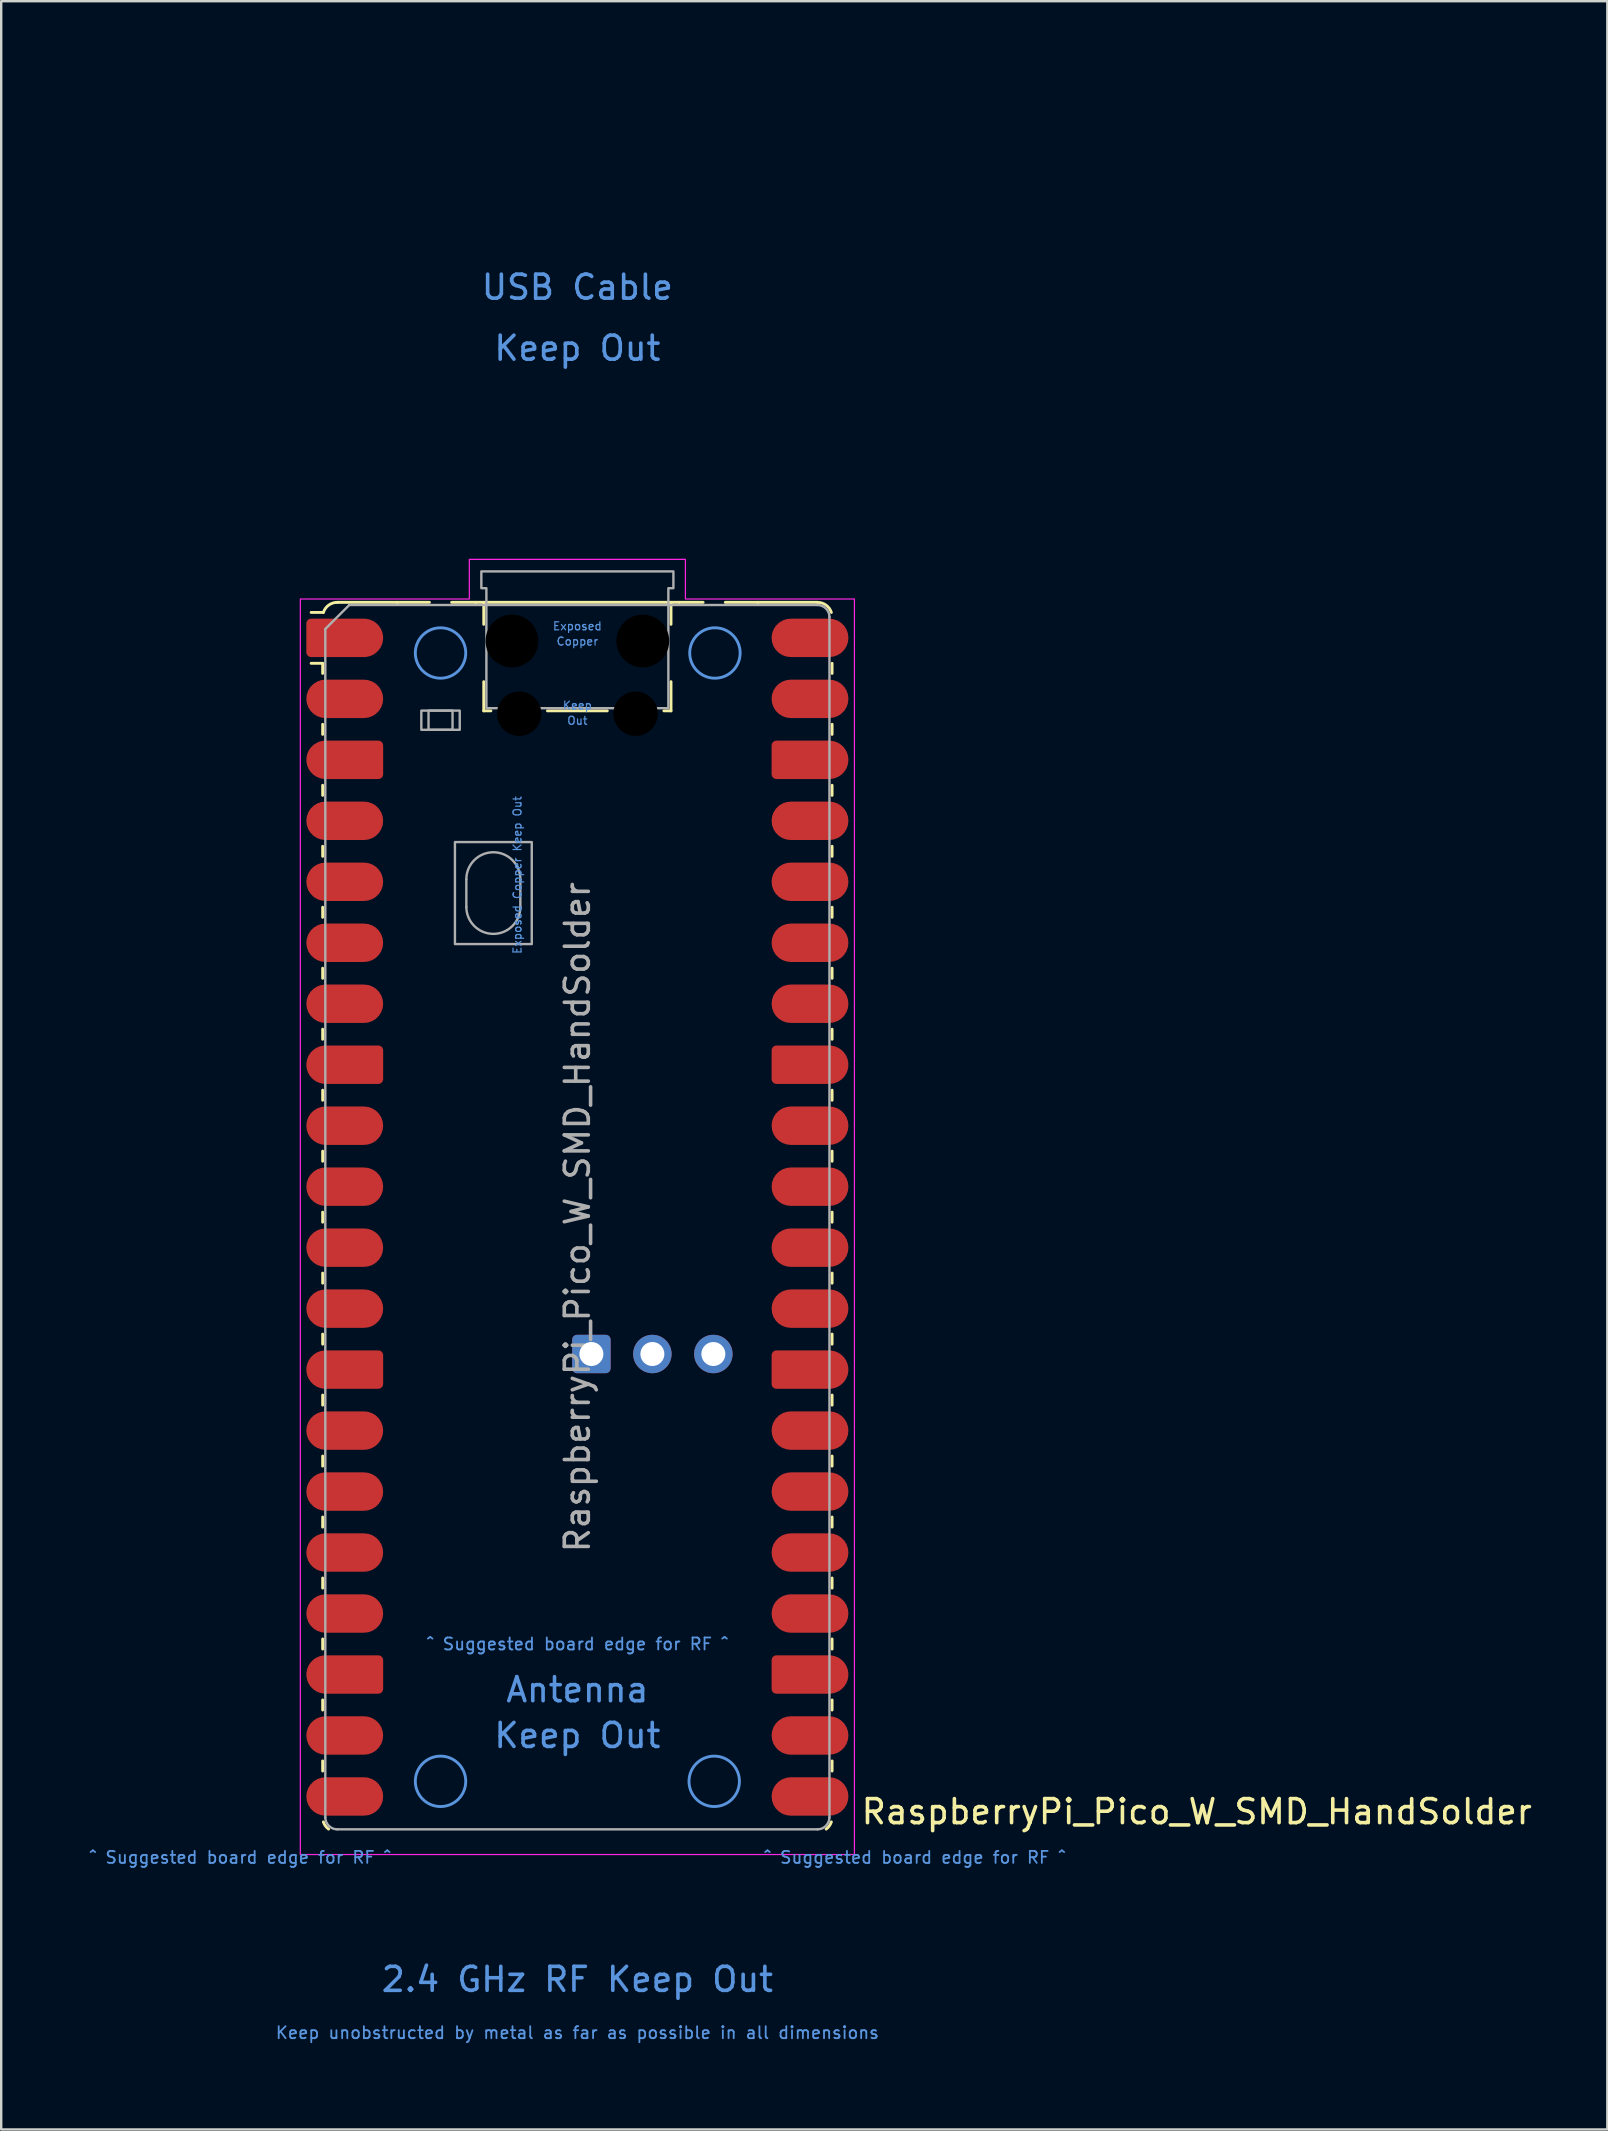
<source format=kicad_pcb>
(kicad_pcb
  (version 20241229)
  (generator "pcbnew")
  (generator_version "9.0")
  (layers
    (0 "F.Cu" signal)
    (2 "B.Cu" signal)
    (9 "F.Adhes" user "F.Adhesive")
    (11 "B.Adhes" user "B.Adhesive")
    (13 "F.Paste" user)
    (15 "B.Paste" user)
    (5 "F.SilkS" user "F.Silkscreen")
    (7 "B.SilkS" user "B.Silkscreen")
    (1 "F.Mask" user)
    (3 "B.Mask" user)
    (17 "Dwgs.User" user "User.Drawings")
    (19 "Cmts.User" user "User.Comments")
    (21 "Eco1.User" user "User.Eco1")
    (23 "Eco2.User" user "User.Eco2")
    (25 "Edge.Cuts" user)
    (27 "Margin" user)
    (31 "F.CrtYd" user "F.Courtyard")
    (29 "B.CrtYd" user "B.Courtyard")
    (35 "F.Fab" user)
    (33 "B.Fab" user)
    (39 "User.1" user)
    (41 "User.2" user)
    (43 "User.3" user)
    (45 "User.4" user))
  (footprint "RaspberryPi_Pico_W_SMD_HandSolder"
    (layer "F.Cu")
    (at 21 47.65)
    (property "Reference" "RaspberryPi_Pico_W_SMD_HandSolder" (at 11.748 24.765 0) (unlocked yes) (layer "F.SilkS") (effects (font (size 1 1) (thickness 0.15)) (justify left)))
    (attr smd)
    (fp_line (start -10.61 -23.07) (end -11.09 -23.07) (stroke (width 0.12) (type solid)) (layer "F.SilkS"))
    (fp_line (start -10.61 -23.07) (end -10.61 -22.65) (stroke (width 0.12) (type solid)) (layer "F.SilkS"))
    (fp_line (start -10.61 -20.53) (end -10.61 -20.11) (stroke (width 0.12) (type solid)) (layer "F.SilkS"))
    (fp_line (start -10.61 -17.99) (end -10.61 -17.57) (stroke (width 0.12) (type solid)) (layer "F.SilkS"))
    (fp_line (start -10.61 -15.45) (end -10.61 -15.03) (stroke (width 0.12) (type solid)) (layer "F.SilkS"))
    (fp_line (start -10.61 -12.91) (end -10.61 -12.49) (stroke (width 0.12) (type solid)) (layer "F.SilkS"))
    (fp_line (start -10.61 -10.37) (end -10.61 -9.95) (stroke (width 0.12) (type solid)) (layer "F.SilkS"))
    (fp_line (start -10.61 -7.83) (end -10.61 -7.41) (stroke (width 0.12) (type solid)) (layer "F.SilkS"))
    (fp_line (start -10.61 -5.29) (end -10.61 -4.87) (stroke (width 0.12) (type solid)) (layer "F.SilkS"))
    (fp_line (start -10.61 -2.75) (end -10.61 -2.33) (stroke (width 0.12) (type solid)) (layer "F.SilkS"))
    (fp_line (start -10.61 -0.21) (end -10.61 0.21) (stroke (width 0.12) (type solid)) (layer "F.SilkS"))
    (fp_line (start -10.61 2.33) (end -10.61 2.75) (stroke (width 0.12) (type solid)) (layer "F.SilkS"))
    (fp_line (start -10.61 4.87) (end -10.61 5.29) (stroke (width 0.12) (type solid)) (layer "F.SilkS"))
    (fp_line (start -10.61 7.41) (end -10.61 7.83) (stroke (width 0.12) (type solid)) (layer "F.SilkS"))
    (fp_line (start -10.61 9.95) (end -10.61 10.37) (stroke (width 0.12) (type solid)) (layer "F.SilkS"))
    (fp_line (start -10.61 12.49) (end -10.61 12.91) (stroke (width 0.12) (type solid)) (layer "F.SilkS"))
    (fp_line (start -10.61 15.03) (end -10.61 15.45) (stroke (width 0.12) (type solid)) (layer "F.SilkS"))
    (fp_line (start -10.61 17.57) (end -10.61 17.99) (stroke (width 0.12) (type solid)) (layer "F.SilkS"))
    (fp_line (start -10.61 20.11) (end -10.61 20.53) (stroke (width 0.12) (type solid)) (layer "F.SilkS"))
    (fp_line (start -10.61 22.65) (end -10.61 23.07) (stroke (width 0.12) (type solid)) (layer "F.SilkS"))
    (fp_line (start -10.58 -25.19) (end -11.09 -25.19) (stroke (width 0.12) (type solid)) (layer "F.SilkS"))
    (fp_line (start -10 -25.61) (end -7.51 -25.61) (stroke (width 0.12) (type solid)) (layer "F.SilkS"))
    (fp_line (start -7.51 -25.61) (end -6.162 -25.61) (stroke (width 0.12) (type solid)) (layer "F.SilkS"))
    (fp_line (start -5.238 -25.61) (end -4.235 -25.61) (stroke (width 0.12) (type solid)) (layer "F.SilkS"))
    (fp_line (start -4.235 -25.61) (end 4.235 -25.61) (stroke (width 0.12) (type solid)) (layer "F.SilkS"))
    (fp_line (start -3.9 -25.61) (end -3.9 -24.694) (stroke (width 0.12) (type solid)) (layer "F.SilkS"))
    (fp_line (start -3.9 -22.306) (end -3.9 -21.09) (stroke (width 0.12) (type solid)) (layer "F.SilkS"))
    (fp_line (start -3.9 -21.09) (end -3.604 -21.09) (stroke (width 0.12) (type solid)) (layer "F.SilkS"))
    (fp_line (start -1.246 -21.09) (end 1.246 -21.09) (stroke (width 0.12) (type solid)) (layer "F.SilkS"))
    (fp_line (start 3.604 -21.09) (end 3.9 -21.09) (stroke (width 0.12) (type solid)) (layer "F.SilkS"))
    (fp_line (start 3.9 -25.61) (end 3.9 -24.694) (stroke (width 0.12) (type solid)) (layer "F.SilkS"))
    (fp_line (start 3.9 -22.306) (end 3.9 -21.09) (stroke (width 0.12) (type solid)) (layer "F.SilkS"))
    (fp_line (start 4.235 -25.61) (end 5.238 -25.61) (stroke (width 0.12) (type solid)) (layer "F.SilkS"))
    (fp_line (start 6.162 -25.61) (end 7.51 -25.61) (stroke (width 0.12) (type solid)) (layer "F.SilkS"))
    (fp_line (start 10 -25.61) (end 7.51 -25.61) (stroke (width 0.12) (type solid)) (layer "F.SilkS"))
    (fp_line (start 10.61 -23.07) (end 10.61 -22.65) (stroke (width 0.12) (type solid)) (layer "F.SilkS"))
    (fp_line (start 10.61 -20.53) (end 10.61 -20.11) (stroke (width 0.12) (type solid)) (layer "F.SilkS"))
    (fp_line (start 10.61 -17.99) (end 10.61 -17.57) (stroke (width 0.12) (type solid)) (layer "F.SilkS"))
    (fp_line (start 10.61 -15.45) (end 10.61 -15.03) (stroke (width 0.12) (type solid)) (layer "F.SilkS"))
    (fp_line (start 10.61 -12.91) (end 10.61 -12.49) (stroke (width 0.12) (type solid)) (layer "F.SilkS"))
    (fp_line (start 10.61 -10.37) (end 10.61 -9.95) (stroke (width 0.12) (type solid)) (layer "F.SilkS"))
    (fp_line (start 10.61 -7.83) (end 10.61 -7.41) (stroke (width 0.12) (type solid)) (layer "F.SilkS"))
    (fp_line (start 10.61 -5.29) (end 10.61 -4.87) (stroke (width 0.12) (type solid)) (layer "F.SilkS"))
    (fp_line (start 10.61 -2.75) (end 10.61 -2.33) (stroke (width 0.12) (type solid)) (layer "F.SilkS"))
    (fp_line (start 10.61 -0.21) (end 10.61 0.21) (stroke (width 0.12) (type solid)) (layer "F.SilkS"))
    (fp_line (start 10.61 2.33) (end 10.61 2.75) (stroke (width 0.12) (type solid)) (layer "F.SilkS"))
    (fp_line (start 10.61 4.87) (end 10.61 5.29) (stroke (width 0.12) (type solid)) (layer "F.SilkS"))
    (fp_line (start 10.61 7.41) (end 10.61 7.83) (stroke (width 0.12) (type solid)) (layer "F.SilkS"))
    (fp_line (start 10.61 9.95) (end 10.61 10.37) (stroke (width 0.12) (type solid)) (layer "F.SilkS"))
    (fp_line (start 10.61 12.49) (end 10.61 12.91) (stroke (width 0.12) (type solid)) (layer "F.SilkS"))
    (fp_line (start 10.61 15.03) (end 10.61 15.45) (stroke (width 0.12) (type solid)) (layer "F.SilkS"))
    (fp_line (start 10.61 17.57) (end 10.61 17.99) (stroke (width 0.12) (type solid)) (layer "F.SilkS"))
    (fp_line (start 10.61 20.11) (end 10.61 20.53) (stroke (width 0.12) (type solid)) (layer "F.SilkS"))
    (fp_line (start 10.61 22.65) (end 10.61 23.07) (stroke (width 0.12) (type solid)) (layer "F.SilkS"))
    (fp_arc (start -10.579676 -25.19) (mid -10.357938 -25.493944) (end -10 -25.61) (stroke (width 0.12) (type solid)) (layer "F.SilkS"))
    (fp_arc (start -10.363318 25.49) (mid -10.494791 25.356765) (end -10.579676 25.189937) (stroke (width 0.12) (type solid)) (layer "F.SilkS"))
    (fp_arc (start 10 -25.61) (mid 10.357937 -25.493944) (end 10.579676 -25.189937) (stroke (width 0.12) (type solid)) (layer "F.SilkS"))
    (fp_arc (start 10.579676 25.189937) (mid 10.494803 25.356773) (end 10.363318 25.49) (stroke (width 0.12) (type solid)) (layer "F.SilkS"))
    (fp_circle (center -5.7 -23.5) (end -4.65 -23.5) (stroke (width 0.12) (type solid)) (fill no) (layer "Cmts.User"))
    (fp_circle (center -5.7 23.5) (end -4.65 23.5) (stroke (width 0.12) (type solid)) (fill no) (layer "Cmts.User"))
    (fp_circle (center 5.7 23.5) (end 6.75 23.5) (stroke (width 0.12) (type solid)) (fill no) (layer "Cmts.User"))
    (fp_circle (center 5.73 -23.5) (end 6.78 -23.5) (stroke (width 0.12) (type solid)) (fill no) (layer "Cmts.User"))
    (fp_poly (pts (xy -4.5 -27.4) (xy 4.5 -27.4) (xy 4.5 -25.75) (xy 11.54 -25.75) (xy 11.54 26.55) (xy -11.54 26.55) (xy -11.54 -25.75) (xy -4.5 -25.75)) (stroke (width 0.05) (type solid)) (fill no) (layer "F.CrtYd"))
    (fp_line (start -10.5 -24.5) (end -9.5 -25.5) (stroke (width 0.1) (type solid)) (layer "F.Fab"))
    (fp_line (start -10.5 25) (end -10.5 -24.5) (stroke (width 0.1) (type solid)) (layer "F.Fab"))
    (fp_line (start -9.5 -25.5) (end 10 -25.5) (stroke (width 0.1) (type solid)) (layer "F.Fab"))
    (fp_line (start -4.625 -14.075) (end -4.625 -12.925) (stroke (width 0.1) (type solid)) (layer "F.Fab"))
    (fp_line (start -2.375 -14.075) (end -2.375 -12.925) (stroke (width 0.1) (type solid)) (layer "F.Fab"))
    (fp_line (start 10 25.5) (end -10 25.5) (stroke (width 0.1) (type solid)) (layer "F.Fab"))
    (fp_line (start 10.5 -25) (end 10.5 25) (stroke (width 0.1) (type solid)) (layer "F.Fab"))
    (fp_rect (start -6.5 -21.1) (end -4.9 -20.3) (stroke (width 0.1) (type solid)) (fill no) (layer "F.Fab"))
    (fp_rect (start -6.2 -21.1) (end -5.2 -20.3) (stroke (width 0.1) (type solid)) (fill no) (layer "F.Fab"))
    (fp_rect (start -5.1 -15.625) (end -1.9 -11.375) (stroke (width 0.1) (type solid)) (fill no) (layer "F.Fab"))
    (fp_arc (start -10 25.5) (mid -10.353553 25.353553) (end -10.5 25) (stroke (width 0.1) (type solid)) (layer "F.Fab"))
    (fp_arc (start -4.625 -14.075) (mid -3.5 -15.2) (end -2.375 -14.075) (stroke (width 0.1) (type solid)) (layer "F.Fab"))
    (fp_arc (start -2.375 -12.925) (mid -3.5 -11.8) (end -4.625 -12.925) (stroke (width 0.1) (type solid)) (layer "F.Fab"))
    (fp_arc (start 10 -25.5) (mid 10.353553 -25.353553) (end 10.5 -25) (stroke (width 0.1) (type solid)) (layer "F.Fab"))
    (fp_arc (start 10.5 25) (mid 10.353553 25.353553) (end 10 25.5) (stroke (width 0.1) (type solid)) (layer "F.Fab"))
    (fp_poly (pts (xy 3.79 -21.2) (xy 3.79 -26.2) (xy 4 -26.2) (xy 4 -26.9) (xy -4 -26.9) (xy -4 -26.2) (xy -3.79 -26.2) (xy -3.79 -21.2)) (stroke (width 0.1) (type solid)) (fill no) (layer "F.Fab"))
    (fp_text user "Keep unobstructed by metal as far as possible in all dimensions" (at 0 33.972 0) (unlocked yes) (layer "Cmts.User") (effects (font (size 0.5 0.5) (thickness 0.075))))
    (fp_text user "^ Suggested board edge for RF ^" (at 14.05 26.67 0) (unlocked yes) (layer "Cmts.User") (effects (font (size 0.5 0.5) (thickness 0.075))))
    (fp_text user "Out" (at 0 -20.683 0) (unlocked yes) (layer "Cmts.User") (effects (font (size 0.333 0.333) (thickness 0.05))))
    (fp_text user "^ Suggested board edge for RF ^" (at 0 17.78 0) (unlocked yes) (layer "Cmts.User") (effects (font (size 0.5 0.5) (thickness 0.075))))
    (fp_text user "Copper" (at 0 -23.983 0) (unlocked yes) (layer "Cmts.User") (effects (font (size 0.333 0.333) (thickness 0.05))))
    (fp_text user "USB Cable" (at 0 -38.735 0) (unlocked yes) (layer "Cmts.User") (effects (font (size 1 1) (thickness 0.15))))
    (fp_text user "Keep Out" (at 0 21.59 0) (unlocked yes) (layer "Cmts.User") (effects (font (size 1 1) (thickness 0.15))))
    (fp_text user "Exposed Copper Keep Out" (at -2.5 -14.25 90) (unlocked yes) (layer "Cmts.User") (effects (font (size 0.333 0.333) (thickness 0.05))))
    (fp_text user "Antenna" (at 0 19.685 0) (unlocked yes) (layer "Cmts.User") (effects (font (size 1 1) (thickness 0.15))))
    (fp_text user "Keep" (at 0 -21.317 0) (unlocked yes) (layer "Cmts.User") (effects (font (size 0.333 0.333) (thickness 0.05))))
    (fp_text user "2.4 GHz RF Keep Out" (at 0 31.75 0) (unlocked yes) (layer "Cmts.User") (effects (font (size 1 1) (thickness 0.15))))
    (fp_text user "^ Suggested board edge for RF ^" (at -14.05 26.67 0) (unlocked yes) (layer "Cmts.User") (effects (font (size 0.5 0.5) (thickness 0.075))))
    (fp_text user "Exposed" (at 0 -24.617 0) (unlocked yes) (layer "Cmts.User") (effects (font (size 0.333 0.333) (thickness 0.05))))
    (fp_text user "Keep Out" (at 0 -36.195 0) (unlocked yes) (layer "Cmts.User") (effects (font (size 1 1) (thickness 0.15))))
    (fp_text user "${REFERENCE}" (at 0 0 90) (layer "F.Fab") (effects (font (size 1 1) (thickness 0.15))))
    (pad "" smd rect (at -8.89 -24.13) (size 3.8 2.2) (drill (offset -0.8 0)) (layers "F.Paste"))
    (pad "" smd rect (at -8.89 -21.59) (size 3.8 2.2) (drill (offset -0.8 0)) (layers "F.Paste"))
    (pad "" smd rect (at -8.89 -19.05) (size 3.8 2.2) (drill (offset -0.8 0)) (layers "F.Paste"))
    (pad "" smd rect (at -8.89 -16.51) (size 3.8 2.2) (drill (offset -0.8 0)) (layers "F.Paste"))
    (pad "" smd rect (at -8.89 -13.97) (size 3.8 2.2) (drill (offset -0.8 0)) (layers "F.Paste"))
    (pad "" smd rect (at -8.89 -11.43) (size 3.8 2.2) (drill (offset -0.8 0)) (layers "F.Paste"))
    (pad "" smd rect (at -8.89 -8.89) (size 3.8 2.2) (drill (offset -0.8 0)) (layers "F.Paste"))
    (pad "" smd rect (at -8.89 -6.35) (size 3.8 2.2) (drill (offset -0.8 0)) (layers "F.Paste"))
    (pad "" smd rect (at -8.89 -3.81) (size 3.8 2.2) (drill (offset -0.8 0)) (layers "F.Paste"))
    (pad "" smd rect (at -8.89 -1.27) (size 3.8 2.2) (drill (offset -0.8 0)) (layers "F.Paste"))
    (pad "" smd rect (at -8.89 1.27) (size 3.8 2.2) (drill (offset -0.8 0)) (layers "F.Paste"))
    (pad "" smd rect (at -8.89 3.81) (size 3.8 2.2) (drill (offset -0.8 0)) (layers "F.Paste"))
    (pad "" smd rect (at -8.89 6.35) (size 3.8 2.2) (drill (offset -0.8 0)) (layers "F.Paste"))
    (pad "" smd rect (at -8.89 8.89) (size 3.8 2.2) (drill (offset -0.8 0)) (layers "F.Paste"))
    (pad "" smd rect (at -8.89 11.43) (size 3.8 2.2) (drill (offset -0.8 0)) (layers "F.Paste"))
    (pad "" smd rect (at -8.89 13.97) (size 3.8 2.2) (drill (offset -0.8 0)) (layers "F.Paste"))
    (pad "" smd rect (at -8.89 16.51) (size 3.8 2.2) (drill (offset -0.8 0)) (layers "F.Paste"))
    (pad "" smd rect (at -8.89 19.05) (size 3.8 2.2) (drill (offset -0.8 0)) (layers "F.Paste"))
    (pad "" smd rect (at -8.89 21.59) (size 3.8 2.2) (drill (offset -0.8 0)) (layers "F.Paste"))
    (pad "" smd rect (at -8.89 24.13) (size 3.8 2.2) (drill (offset -0.8 0)) (layers "F.Paste"))
    (pad "" np_thru_hole circle (at -2.725 -24) (size 2.2 2.2) (drill 2.2) (layers "*.Mask"))
    (pad "" np_thru_hole circle (at -2.425 -20.97) (size 1.85 1.85) (drill 1.85) (layers "*.Mask"))
    (pad "" np_thru_hole circle (at 2.425 -20.97) (size 1.85 1.85) (drill 1.85) (layers "*.Mask"))
    (pad "" np_thru_hole circle (at 2.725 -24) (size 2.2 2.2) (drill 2.2) (layers "*.Mask"))
    (pad "" smd rect (at 8.89 -24.13) (size 3.8 2.2) (drill (offset 0.8 0)) (layers "F.Paste"))
    (pad "" smd rect (at 8.89 -21.59) (size 3.8 2.2) (drill (offset 0.8 0)) (layers "F.Paste"))
    (pad "" smd rect (at 8.89 -19.05) (size 3.8 2.2) (drill (offset 0.8 0)) (layers "F.Paste"))
    (pad "" smd rect (at 8.89 -16.51) (size 3.8 2.2) (drill (offset 0.8 0)) (layers "F.Paste"))
    (pad "" smd rect (at 8.89 -13.97) (size 3.8 2.2) (drill (offset 0.8 0)) (layers "F.Paste"))
    (pad "" smd rect (at 8.89 -11.43) (size 3.8 2.2) (drill (offset 0.8 0)) (layers "F.Paste"))
    (pad "" smd rect (at 8.89 -8.89) (size 3.8 2.2) (drill (offset 0.8 0)) (layers "F.Paste"))
    (pad "" smd rect (at 8.89 -6.35) (size 3.8 2.2) (drill (offset 0.8 0)) (layers "F.Paste"))
    (pad "" smd rect (at 8.89 -3.81) (size 3.8 2.2) (drill (offset 0.8 0)) (layers "F.Paste"))
    (pad "" smd rect (at 8.89 -1.27) (size 3.8 2.2) (drill (offset 0.8 0)) (layers "F.Paste"))
    (pad "" smd rect (at 8.89 1.27) (size 3.8 2.2) (drill (offset 0.8 0)) (layers "F.Paste"))
    (pad "" smd rect (at 8.89 3.81) (size 3.8 2.2) (drill (offset 0.8 0)) (layers "F.Paste"))
    (pad "" smd rect (at 8.89 6.35) (size 3.8 2.2) (drill (offset 0.8 0)) (layers "F.Paste"))
    (pad "" smd rect (at 8.89 8.89) (size 3.8 2.2) (drill (offset 0.8 0)) (layers "F.Paste"))
    (pad "" smd rect (at 8.89 11.43) (size 3.8 2.2) (drill (offset 0.8 0)) (layers "F.Paste"))
    (pad "" smd rect (at 8.89 13.97) (size 3.8 2.2) (drill (offset 0.8 0)) (layers "F.Paste"))
    (pad "" smd rect (at 8.89 16.51) (size 3.8 2.2) (drill (offset 0.8 0)) (layers "F.Paste"))
    (pad "" smd rect (at 8.89 19.05) (size 3.8 2.2) (drill (offset 0.8 0)) (layers "F.Paste"))
    (pad "" smd rect (at 8.89 21.59) (size 3.8 2.2) (drill (offset 0.8 0)) (layers "F.Paste"))
    (pad "" smd rect (at 8.89 24.13) (size 3.8 2.2) (drill (offset 0.8 0)) (layers "F.Paste"))
    (pad "1" smd custom (at -8.89 -24.13) (size 1.6 1.6) (layers "F.Cu" "F.Mask") (options (anchor circle)) (primitives (gr_poly (pts (xy -2.4 0.6) (xy -2.4 -0.6) (xy -2.2 -0.8) (xy 0 -0.8) (xy 0 0.8) (xy -2.2 0.8)) (width 0) (fill yes)) (gr_circle (center -2.2 0.6) (end -2 0.6) (width 0) (fill yes)) (gr_circle (center -2.2 -0.6) (end -2 -0.6) (width 0) (fill yes))))
    (pad "2" smd roundrect (at -8.89 -21.59) (size 3.2 1.6) (drill (offset -0.8 0)) (layers "F.Cu" "F.Mask") (roundrect_rratio 0.5))
    (pad "3" smd custom (at -8.89 -19.05) (size 1.6 1.6) (layers "F.Cu" "F.Mask") (options (anchor circle)) (primitives (gr_poly (pts (xy 0.8 -0.6) (xy 0.8 0.6) (xy 0.6 0.8) (xy -1.6 0.8) (xy -1.6 -0.8) (xy 0.6 -0.8)) (width 0) (fill yes)) (gr_circle (center 0.6 0.6) (end 0.8 0.6) (width 0) (fill yes)) (gr_circle (center 0.6 -0.6) (end 0.8 -0.6) (width 0) (fill yes)) (gr_circle (center -1.6 0) (end -0.8 0) (width 0) (fill yes))))
    (pad "4" smd roundrect (at -8.89 -16.51) (size 3.2 1.6) (drill (offset -0.8 0)) (layers "F.Cu" "F.Mask") (roundrect_rratio 0.5))
    (pad "5" smd roundrect (at -8.89 -13.97) (size 3.2 1.6) (drill (offset -0.8 0)) (layers "F.Cu" "F.Mask") (roundrect_rratio 0.5))
    (pad "6" smd roundrect (at -8.89 -11.43) (size 3.2 1.6) (drill (offset -0.8 0)) (layers "F.Cu" "F.Mask") (roundrect_rratio 0.5))
    (pad "7" smd roundrect (at -8.89 -8.89) (size 3.2 1.6) (drill (offset -0.8 0)) (layers "F.Cu" "F.Mask") (roundrect_rratio 0.5))
    (pad "8" smd custom (at -8.89 -6.35) (size 1.6 1.6) (layers "F.Cu" "F.Mask") (options (anchor circle)) (primitives (gr_poly (pts (xy 0.8 -0.6) (xy 0.8 0.6) (xy 0.6 0.8) (xy -1.6 0.8) (xy -1.6 -0.8) (xy 0.6 -0.8)) (width 0) (fill yes)) (gr_circle (center 0.6 0.6) (end 0.8 0.6) (width 0) (fill yes)) (gr_circle (center 0.6 -0.6) (end 0.8 -0.6) (width 0) (fill yes)) (gr_circle (center -1.6 0) (end -0.8 0) (width 0) (fill yes))))
    (pad "9" smd roundrect (at -8.89 -3.81) (size 3.2 1.6) (drill (offset -0.8 0)) (layers "F.Cu" "F.Mask") (roundrect_rratio 0.5))
    (pad "10" smd roundrect (at -8.89 -1.27) (size 3.2 1.6) (drill (offset -0.8 0)) (layers "F.Cu" "F.Mask") (roundrect_rratio 0.5))
    (pad "11" smd roundrect (at -8.89 1.27) (size 3.2 1.6) (drill (offset -0.8 0)) (layers "F.Cu" "F.Mask") (roundrect_rratio 0.5))
    (pad "12" smd roundrect (at -8.89 3.81) (size 3.2 1.6) (drill (offset -0.8 0)) (layers "F.Cu" "F.Mask") (roundrect_rratio 0.5))
    (pad "13" smd custom (at -8.89 6.35) (size 1.6 1.6) (layers "F.Cu" "F.Mask") (options (anchor circle)) (primitives (gr_poly (pts (xy 0.8 -0.6) (xy 0.8 0.6) (xy 0.6 0.8) (xy -1.6 0.8) (xy -1.6 -0.8) (xy 0.6 -0.8)) (width 0) (fill yes)) (gr_circle (center 0.6 0.6) (end 0.8 0.6) (width 0) (fill yes)) (gr_circle (center 0.6 -0.6) (end 0.8 -0.6) (width 0) (fill yes)) (gr_circle (center -1.6 0) (end -0.8 0) (width 0) (fill yes))))
    (pad "14" smd roundrect (at -8.89 8.89) (size 3.2 1.6) (drill (offset -0.8 0)) (layers "F.Cu" "F.Mask") (roundrect_rratio 0.5))
    (pad "15" smd roundrect (at -8.89 11.43) (size 3.2 1.6) (drill (offset -0.8 0)) (layers "F.Cu" "F.Mask") (roundrect_rratio 0.5))
    (pad "16" smd roundrect (at -8.89 13.97) (size 3.2 1.6) (drill (offset -0.8 0)) (layers "F.Cu" "F.Mask") (roundrect_rratio 0.5))
    (pad "17" smd roundrect (at -8.89 16.51) (size 3.2 1.6) (drill (offset -0.8 0)) (layers "F.Cu" "F.Mask") (roundrect_rratio 0.5))
    (pad "18" smd custom (at -8.89 19.05) (size 1.6 1.6) (layers "F.Cu" "F.Mask") (options (anchor circle)) (primitives (gr_poly (pts (xy 0.8 -0.6) (xy 0.8 0.6) (xy 0.6 0.8) (xy -1.6 0.8) (xy -1.6 -0.8) (xy 0.6 -0.8)) (width 0) (fill yes)) (gr_circle (center 0.6 0.6) (end 0.8 0.6) (width 0) (fill yes)) (gr_circle (center 0.6 -0.6) (end 0.8 -0.6) (width 0) (fill yes)) (gr_circle (center -1.6 0) (end -0.8 0) (width 0) (fill yes))))
    (pad "19" smd roundrect (at -8.89 21.59) (size 3.2 1.6) (drill (offset -0.8 0)) (layers "F.Cu" "F.Mask") (roundrect_rratio 0.5))
    (pad "20" smd roundrect (at -8.89 24.13) (size 3.2 1.6) (drill (offset -0.8 0)) (layers "F.Cu" "F.Mask") (roundrect_rratio 0.5))
    (pad "21" smd roundrect (at 8.89 24.13) (size 3.2 1.6) (drill (offset 0.8 0)) (layers "F.Cu" "F.Mask") (roundrect_rratio 0.5))
    (pad "22" smd roundrect (at 8.89 21.59) (size 3.2 1.6) (drill (offset 0.8 0)) (layers "F.Cu" "F.Mask") (roundrect_rratio 0.5))
    (pad "23" smd custom (at 8.89 19.05) (size 1.6 1.6) (layers "F.Cu" "F.Mask") (options (anchor circle)) (primitives (gr_poly (pts (xy -0.8 -0.6) (xy -0.8 0.6) (xy -0.6 0.8) (xy 1.6 0.8) (xy 1.6 -0.8) (xy -0.6 -0.8)) (width 0) (fill yes)) (gr_circle (center -0.6 0.6) (end -0.4 0.6) (width 0) (fill yes)) (gr_circle (center -0.6 -0.6) (end -0.4 -0.6) (width 0) (fill yes)) (gr_circle (center 1.6 0) (end 2.4 0) (width 0) (fill yes))))
    (pad "24" smd roundrect (at 8.89 16.51) (size 3.2 1.6) (drill (offset 0.8 0)) (layers "F.Cu" "F.Mask") (roundrect_rratio 0.5))
    (pad "25" smd roundrect (at 8.89 13.97) (size 3.2 1.6) (drill (offset 0.8 0)) (layers "F.Cu" "F.Mask") (roundrect_rratio 0.5))
    (pad "26" smd roundrect (at 8.89 11.43) (size 3.2 1.6) (drill (offset 0.8 0)) (layers "F.Cu" "F.Mask") (roundrect_rratio 0.5))
    (pad "27" smd roundrect (at 8.89 8.89) (size 3.2 1.6) (drill (offset 0.8 0)) (layers "F.Cu" "F.Mask") (roundrect_rratio 0.5))
    (pad "28" smd custom (at 8.89 6.35) (size 1.6 1.6) (layers "F.Cu" "F.Mask") (options (anchor circle)) (primitives (gr_poly (pts (xy -0.8 -0.6) (xy -0.8 0.6) (xy -0.6 0.8) (xy 1.6 0.8) (xy 1.6 -0.8) (xy -0.6 -0.8)) (width 0) (fill yes)) (gr_circle (center -0.6 0.6) (end -0.4 0.6) (width 0) (fill yes)) (gr_circle (center -0.6 -0.6) (end -0.4 -0.6) (width 0) (fill yes)) (gr_circle (center 1.6 0) (end 2.4 0) (width 0) (fill yes))))
    (pad "29" smd roundrect (at 8.89 3.81) (size 3.2 1.6) (drill (offset 0.8 0)) (layers "F.Cu" "F.Mask") (roundrect_rratio 0.5))
    (pad "30" smd roundrect (at 8.89 1.27) (size 3.2 1.6) (drill (offset 0.8 0)) (layers "F.Cu" "F.Mask") (roundrect_rratio 0.5))
    (pad "31" smd roundrect (at 8.89 -1.27) (size 3.2 1.6) (drill (offset 0.8 0)) (layers "F.Cu" "F.Mask") (roundrect_rratio 0.5))
    (pad "32" smd roundrect (at 8.89 -3.81) (size 3.2 1.6) (drill (offset 0.8 0)) (layers "F.Cu" "F.Mask") (roundrect_rratio 0.5))
    (pad "33" smd custom (at 8.89 -6.35) (size 1.6 1.6) (layers "F.Cu" "F.Mask") (options (anchor circle)) (primitives (gr_poly (pts (xy -0.8 -0.6) (xy -0.8 0.6) (xy -0.6 0.8) (xy 1.6 0.8) (xy 1.6 -0.8) (xy -0.6 -0.8)) (width 0) (fill yes)) (gr_circle (center -0.6 0.6) (end -0.4 0.6) (width 0) (fill yes)) (gr_circle (center -0.6 -0.6) (end -0.4 -0.6) (width 0) (fill yes)) (gr_circle (center 1.6 0) (end 2.4 0) (width 0) (fill yes))))
    (pad "34" smd roundrect (at 8.89 -8.89) (size 3.2 1.6) (drill (offset 0.8 0)) (layers "F.Cu" "F.Mask") (roundrect_rratio 0.5))
    (pad "35" smd roundrect (at 8.89 -11.43) (size 3.2 1.6) (drill (offset 0.8 0)) (layers "F.Cu" "F.Mask") (roundrect_rratio 0.5))
    (pad "36" smd roundrect (at 8.89 -13.97) (size 3.2 1.6) (drill (offset 0.8 0)) (layers "F.Cu" "F.Mask") (roundrect_rratio 0.5))
    (pad "37" smd roundrect (at 8.89 -16.51) (size 3.2 1.6) (drill (offset 0.8 0)) (layers "F.Cu" "F.Mask") (roundrect_rratio 0.5))
    (pad "38" smd custom (at 8.89 -19.05) (size 1.6 1.6) (layers "F.Cu" "F.Mask") (options (anchor circle)) (primitives (gr_poly (pts (xy -0.8 -0.6) (xy -0.8 0.6) (xy -0.6 0.8) (xy 1.6 0.8) (xy 1.6 -0.8) (xy -0.6 -0.8)) (width 0) (fill yes)) (gr_circle (center -0.6 0.6) (end -0.4 0.6) (width 0) (fill yes)) (gr_circle (center -0.6 -0.6) (end -0.4 -0.6) (width 0) (fill yes)) (gr_circle (center 1.6 0) (end 2.4 0) (width 0) (fill yes))))
    (pad "39" smd roundrect (at 8.89 -21.59) (size 3.2 1.6) (drill (offset 0.8 0)) (layers "F.Cu" "F.Mask") (roundrect_rratio 0.5))
    (pad "40" smd roundrect (at 8.89 -24.13) (size 3.2 1.6) (drill (offset 0.8 0)) (layers "F.Cu" "F.Mask") (roundrect_rratio 0.5))
    (pad "D1" thru_hole roundrect (at 0.584 5.7) (size 1.6 1.6) (drill 1) (layers "*.Cu" "*.Mask") (roundrect_rratio 0.125))
    (pad "D2" thru_hole circle (at 3.124 5.7) (size 1.6 1.6) (drill 1) (layers "*.Cu" "*.Mask"))
    (pad "D3" thru_hole circle (at 5.664 5.7) (size 1.6 1.6) (drill 1) (layers "*.Cu" "*.Mask"))
    (zone (net_name "") (layers "F.Cu" "B.Cu" "F.Paste" "B.Paste") (name "RF Copper Keep Out") (hatch full 0.5) (connect_pads) (min_thickness 0.254) (filled_areas_thickness no) (keepout (tracks not_allowed) (vias not_allowed) (pads not_allowed) (copperpour not_allowed) (footprints not_allowed)) (placement (enabled no)) (fill) (polygon (pts (xy 0 72.65) (xy 42 72.65) (xy 42 82.65) (xy 0 82.65))))
    (zone (net_name "") (layers "F.Cu" "B.Cu" "F.Paste" "B.Paste") (name "Antenna Copper Keep Out") (hatch full 0.5) (connect_pads) (min_thickness 0.254) (filled_areas_thickness no) (keepout (tracks not_allowed) (vias not_allowed) (pads not_allowed) (copperpour not_allowed) (footprints not_allowed)) (placement (enabled no)) (fill) (polygon (pts (xy 18.6 72.64) (xy 13.9 68.99) (xy 13.9 64.65) (xy 28.1 64.65) (xy 28.1 68.99) (xy 23.4 72.64) (xy 23.4 72.65) (xy 18.6 72.65))))
    (zone (net_name "") (layers "F.Cu" "F.Paste") (name "Pad Keep Out TP6") (hatch full 0.5) (connect_pads) (min_thickness 0.25) (filled_areas_thickness no) (keepout (tracks not_allowed) (vias not_allowed) (pads not_allowed) (copperpour not_allowed) (footprints allowed)) (placement (enabled no)) (fill) (polygon (pts (xy 17.984 37.598) (xy 17.858 37.564) (xy 17.744 37.498) (xy 17.652 37.406) (xy 17.586 37.292) (xy 17.552 37.166) (xy 17.55 37.1) (xy 17.55 33.4) (xy 19.45 33.4) (xy 19.45 37.1) (xy 19.448 37.166) (xy 19.414 37.292) (xy 19.348 37.406) (xy 19.256 37.498) (xy 19.142 37.564) (xy 19.016 37.598) (xy 18.95 37.6) (xy 18.05 37.6))))
    (zone (net_name "") (layers "F.Cu" "F.Paste") (name "Pad Keep Out TP3") (hatch full 0.5) (connect_pads) (min_thickness 0.25) (filled_areas_thickness no) (keepout (tracks not_allowed) (vias not_allowed) (pads not_allowed) (copperpour not_allowed) (footprints allowed)) (placement (enabled no)) (fill) (polygon (pts (xy 19.052 22.834) (xy 19.086 22.708) (xy 19.152 22.594) (xy 19.244 22.502) (xy 19.358 22.436) (xy 19.484 22.402) (xy 19.55 22.4) (xy 20 22.4) (xy 20 24.3) (xy 19.55 24.3) (xy 19.484 24.298) (xy 19.358 24.264) (xy 19.244 24.198) (xy 19.152 24.106) (xy 19.086 23.992) (xy 19.052 23.866) (xy 19.05 23.8) (xy 19.05 22.9))))
    (zone (net_name "") (layers "F.Cu" "F.Paste") (name "Pad Keep Out TP4") (hatch full 0.5) (connect_pads) (min_thickness 0.25) (filled_areas_thickness no) (keepout (tracks not_allowed) (vias not_allowed) (pads not_allowed) (copperpour not_allowed) (footprints allowed)) (placement (enabled no)) (fill) (polygon (pts (xy 19.45 33.4) (xy 19.45 29.7) (xy 19.448 29.634) (xy 19.414 29.508) (xy 19.348 29.394) (xy 19.256 29.302) (xy 19.142 29.236) (xy 19.016 29.202) (xy 18.95 29.2) (xy 18.05 29.2) (xy 17.984 29.202) (xy 17.858 29.236) (xy 17.744 29.302) (xy 17.652 29.394) (xy 17.586 29.508) (xy 17.552 29.634) (xy 17.55 29.7) (xy 17.55 33.4))))
    (zone (net_name "") (layers "F.Cu" "F.Paste") (name "Pad Keep Out TP3") (hatch full 0.5) (connect_pads) (min_thickness 0.25) (filled_areas_thickness no) (keepout (tracks not_allowed) (vias not_allowed) (pads not_allowed) (copperpour not_allowed) (footprints allowed)) (placement (enabled no)) (fill) (polygon (pts (xy 20 24.3) (xy 20.45 24.3) (xy 20.516 24.298) (xy 20.642 24.264) (xy 20.756 24.198) (xy 20.848 24.106) (xy 20.914 23.992) (xy 20.948 23.866) (xy 20.95 23.8) (xy 20.95 22.9) (xy 20.948 22.834) (xy 20.914 22.708) (xy 20.848 22.594) (xy 20.756 22.502) (xy 20.642 22.436) (xy 20.516 22.402) (xy 20.45 22.4) (xy 20 22.4))))
    (zone (net_name "") (layers "F.Cu" "F.Paste") (name "Pad Keep Out TP1") (hatch full 0.5) (connect_pads) (min_thickness 0.25) (filled_areas_thickness no) (keepout (tracks not_allowed) (vias not_allowed) (pads not_allowed) (copperpour not_allowed) (footprints allowed)) (placement (enabled no)) (fill) (polygon (pts (xy 20.052 26.134) (xy 20.086 26.008) (xy 20.152 25.894) (xy 20.244 25.802) (xy 20.358 25.736) (xy 20.484 25.702) (xy 20.55 25.7) (xy 21 25.7) (xy 21 27.6) (xy 20.55 27.6) (xy 20.484 27.598) (xy 20.358 27.564) (xy 20.244 27.498) (xy 20.152 27.406) (xy 20.086 27.292) (xy 20.052 27.166) (xy 20.05 27.1) (xy 20.05 26.2))))
    (zone (net_name "") (layers "F.Cu" "F.Paste") (name "Pad Keep Out TP1") (hatch full 0.5) (connect_pads) (min_thickness 0.25) (filled_areas_thickness no) (keepout (tracks not_allowed) (vias not_allowed) (pads not_allowed) (copperpour not_allowed) (footprints allowed)) (placement (enabled no)) (fill) (polygon (pts (xy 21 27.6) (xy 21.45 27.6) (xy 21.516 27.598) (xy 21.642 27.564) (xy 21.756 27.498) (xy 21.848 27.406) (xy 21.914 27.292) (xy 21.948 27.166) (xy 21.95 27.1) (xy 21.95 26.2) (xy 21.948 26.134) (xy 21.914 26.008) (xy 21.848 25.894) (xy 21.756 25.802) (xy 21.642 25.736) (xy 21.516 25.702) (xy 21.45 25.7) (xy 21 25.7))))
    (zone (net_name "") (layers "F.Cu" "F.Paste") (name "Pad Keep Out TP2") (hatch full 0.5) (connect_pads) (min_thickness 0.25) (filled_areas_thickness no) (keepout (tracks not_allowed) (vias not_allowed) (pads not_allowed) (copperpour not_allowed) (footprints allowed)) (placement (enabled no)) (fill) (polygon (pts (xy 21.052 22.849) (xy 21.086 22.723) (xy 21.152 22.609) (xy 21.244 22.517) (xy 21.358 22.451) (xy 21.484 22.417) (xy 21.55 22.415) (xy 22 22.415) (xy 22 24.315) (xy 21.55 24.315) (xy 21.484 24.313) (xy 21.358 24.279) (xy 21.244 24.213) (xy 21.152 24.121) (xy 21.086 24.007) (xy 21.052 23.881) (xy 21.05 23.815) (xy 21.05 22.915))))
    (zone (net_name "") (layers "F.Cu" "F.Paste") (name "Pad Keep Out TP2") (hatch full 0.5) (connect_pads) (min_thickness 0.25) (filled_areas_thickness no) (keepout (tracks not_allowed) (vias not_allowed) (pads not_allowed) (copperpour not_allowed) (footprints allowed)) (placement (enabled no)) (fill) (polygon (pts (xy 22 24.315) (xy 22.45 24.315) (xy 22.516 24.313) (xy 22.642 24.279) (xy 22.756 24.213) (xy 22.848 24.121) (xy 22.914 24.007) (xy 22.948 23.881) (xy 22.95 23.815) (xy 22.95 22.915) (xy 22.948 22.849) (xy 22.914 22.723) (xy 22.848 22.609) (xy 22.756 22.517) (xy 22.642 22.451) (xy 22.516 22.417) (xy 22.45 22.415) (xy 22 22.415))))
    (zone (net_name "") (layer "Edge.Cuts") (name "Board Keep Out USB Cable") (hatch edge 0.5) (connect_pads) (min_thickness 0.254) (filled_areas_thickness no) (keepout (tracks allowed) (vias allowed) (pads allowed) (copperpour allowed) (footprints allowed)) (placement (enabled no)) (fill) (polygon (pts (xy 14.8 0) (xy 27.2 0) (xy 27.2 20.4) (xy 14.8 20.4))))
    (zone (net_name "") (layer "Edge.Cuts") (name "Board Keep Out Suggestion RF") (hatch edge 0.5) (connect_pads) (min_thickness 0.254) (filled_areas_thickness no) (keepout (tracks allowed) (vias allowed) (pads allowed) (copperpour allowed) (footprints allowed)) (placement (enabled no)) (fill) (polygon (pts (xy 28.1 73.65) (xy 42 73.65) (xy 42 82.65) (xy 0 82.65) (xy 0 73.65) (xy 13.9 73.65) (xy 13.9 64.65) (xy 28.1 64.65))))
    (zone (net_name "") (layer "F.CrtYd") (name "USB Cable Keep Out") (hatch full 0.5) (connect_pads) (min_thickness 0.254) (filled_areas_thickness no) (keepout (tracks allowed) (vias allowed) (pads allowed) (copperpour allowed) (footprints not_allowed)) (placement (enabled no)) (fill) (polygon (pts (xy 15.25 19.95) (xy 17.06 19.95) (xy 17.06 20.25) (xy 24.94 20.25) (xy 24.94 19.95) (xy 26.75 19.95) (xy 26.75 0.45) (xy 15.25 0.45)))))
  (gr_rect
    (start -3 -3)
    (end 63.902 85.65)
    (stroke (width 0.1) (type default))
    (fill no)
    (layer "Edge.Cuts")))
</source>
